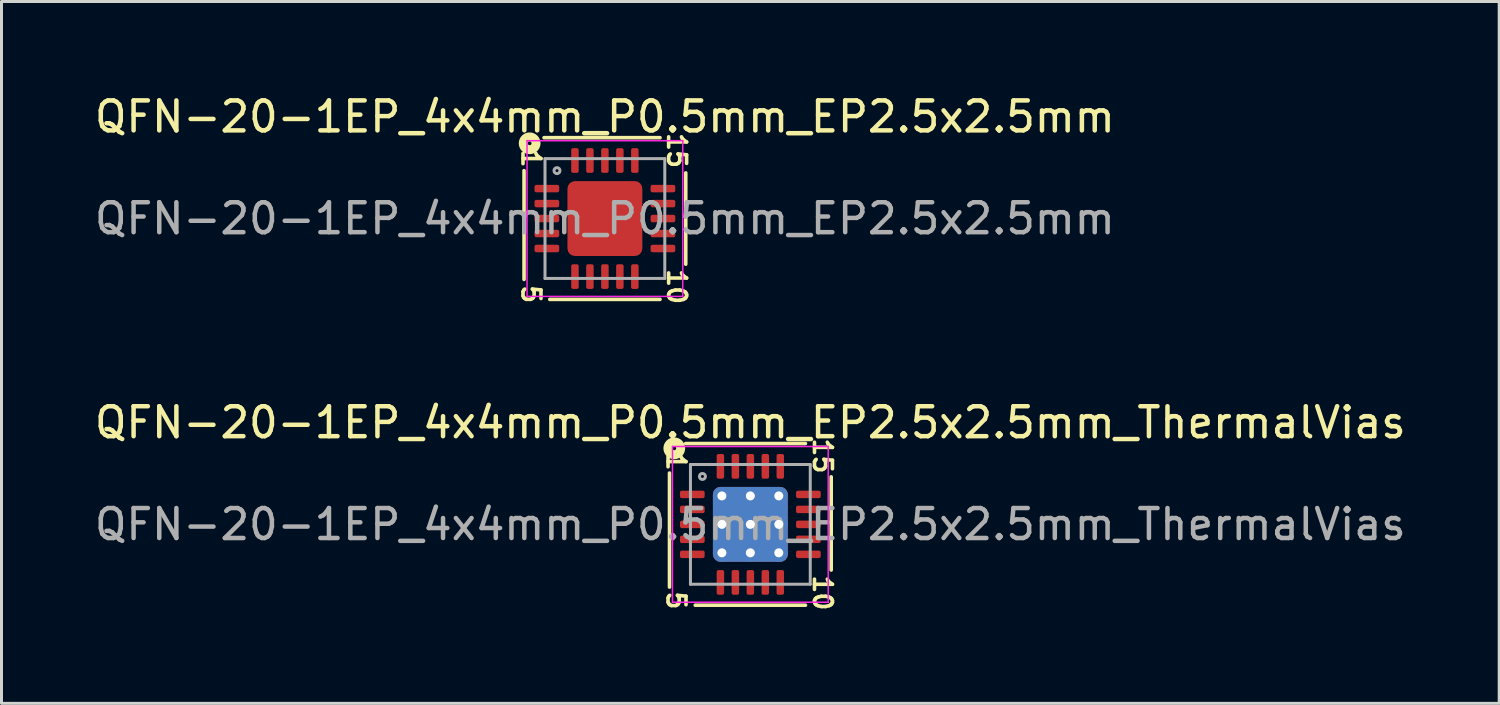
<source format=kicad_pcb>
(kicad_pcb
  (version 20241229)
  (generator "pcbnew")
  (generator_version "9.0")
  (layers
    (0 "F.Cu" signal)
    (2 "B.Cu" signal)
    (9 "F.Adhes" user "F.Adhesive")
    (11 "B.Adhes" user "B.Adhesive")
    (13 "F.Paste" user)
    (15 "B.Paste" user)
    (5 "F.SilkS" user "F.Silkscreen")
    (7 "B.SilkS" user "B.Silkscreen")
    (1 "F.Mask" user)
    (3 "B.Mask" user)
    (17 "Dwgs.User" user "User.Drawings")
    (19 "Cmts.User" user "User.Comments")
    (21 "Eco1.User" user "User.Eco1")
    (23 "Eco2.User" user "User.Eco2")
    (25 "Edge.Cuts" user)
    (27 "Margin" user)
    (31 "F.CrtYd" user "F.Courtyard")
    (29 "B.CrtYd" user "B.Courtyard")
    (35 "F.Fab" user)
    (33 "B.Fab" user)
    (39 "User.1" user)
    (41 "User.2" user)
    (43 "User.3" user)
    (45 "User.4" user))
  (footprint "QFN-20-1EP_4x4mm_P0.5mm_EP2.5x2.5mm_ThermalVias"
    (layer "F.Cu")
    (at 22.006 14.46)
    (property "Reference" "QFN-20-1EP_4x4mm_P0.5mm_EP2.5x2.5mm_ThermalVias" (at 0 -3.4 0) (layer "F.SilkS") (effects (font (size 1 1) (thickness 0.15))))
    (attr smd)
    (fp_line (start -2.7 -1.714) (end -2.7 2.095) (stroke (width 0.12) (type solid)) (layer "F.SilkS"))
    (fp_line (start -1.841 2.7) (end 1.841 2.7) (stroke (width 0.12) (type solid)) (layer "F.SilkS"))
    (fp_line (start 1.841 -2.7) (end -2.159 -2.7) (stroke (width 0.12) (type solid)) (layer "F.SilkS"))
    (fp_line (start 2.7 1.524) (end 2.7 -1.587) (stroke (width 0.12) (type solid)) (layer "F.SilkS"))
    (fp_circle (center -2.54 -2.54) (end -2.477 -2.54) (stroke (width 0.3) (type solid)) (fill no) (layer "F.SilkS"))
    (fp_line (start -2.6 -2.6) (end -2.6 2.6) (stroke (width 0.05) (type solid)) (layer "F.CrtYd"))
    (fp_line (start -2.6 2.6) (end 2.6 2.6) (stroke (width 0.05) (type solid)) (layer "F.CrtYd"))
    (fp_line (start 2.6 -2.6) (end -2.6 -2.6) (stroke (width 0.05) (type solid)) (layer "F.CrtYd"))
    (fp_line (start 2.6 2.6) (end 2.6 -2.6) (stroke (width 0.05) (type solid)) (layer "F.CrtYd"))
    (fp_line (start -2 -2) (end 2 -2) (stroke (width 0.1) (type solid)) (layer "F.Fab"))
    (fp_line (start -2 2) (end -2 -2) (stroke (width 0.1) (type solid)) (layer "F.Fab"))
    (fp_line (start 2 -2) (end 2 2) (stroke (width 0.1) (type solid)) (layer "F.Fab"))
    (fp_line (start 2 2) (end -2 2) (stroke (width 0.1) (type solid)) (layer "F.Fab"))
    (fp_circle (center -1.6 -1.6) (end -1.5 -1.6) (stroke (width 0.1) (type solid)) (fill no) (layer "F.Fab"))
    (fp_text user "10" (at 2.413 2.286 270) (unlocked yes) (layer "F.SilkS") (effects (font (size 0.6 0.6) (thickness 0.12))))
    (fp_text user "1" (at -2.477 -2.095 270) (unlocked yes) (layer "F.SilkS") (effects (font (size 0.6 0.6) (thickness 0.12))))
    (fp_text user "15" (at 2.413 -2.286 270) (unlocked yes) (layer "F.SilkS") (effects (font (size 0.6 0.6) (thickness 0.12))))
    (fp_text user "5" (at -2.477 2.54 270) (unlocked yes) (layer "F.SilkS") (effects (font (size 0.6 0.6) (thickness 0.12))))
    (fp_text user "${REFERENCE}" (at 0 0 0) (layer "F.Fab") (effects (font (size 1 1) (thickness 0.15))))
    (pad "" smd roundrect (at -0.625 -0.625) (size 1.08 1.08) (layers "F.Paste") (roundrect_rratio 0.231))
    (pad "" smd roundrect (at -0.625 0.625) (size 1.08 1.08) (layers "F.Paste") (roundrect_rratio 0.231))
    (pad "" smd roundrect (at 0.625 -0.625) (size 1.08 1.08) (layers "F.Paste") (roundrect_rratio 0.231))
    (pad "" smd roundrect (at 0.625 0.625) (size 1.08 1.08) (layers "F.Paste") (roundrect_rratio 0.231))
    (pad "1" smd roundrect (at -1.938 -1) (size 0.825 0.25) (layers "F.Cu" "F.Mask" "F.Paste") (roundrect_rratio 0.25))
    (pad "2" smd roundrect (at -1.938 -0.5) (size 0.825 0.25) (layers "F.Cu" "F.Mask" "F.Paste") (roundrect_rratio 0.25))
    (pad "3" smd roundrect (at -1.938 0) (size 0.825 0.25) (layers "F.Cu" "F.Mask" "F.Paste") (roundrect_rratio 0.25))
    (pad "4" smd roundrect (at -1.938 0.5) (size 0.825 0.25) (layers "F.Cu" "F.Mask" "F.Paste") (roundrect_rratio 0.25))
    (pad "5" smd roundrect (at -1.938 1) (size 0.825 0.25) (layers "F.Cu" "F.Mask" "F.Paste") (roundrect_rratio 0.25))
    (pad "6" smd roundrect (at -1 1.938) (size 0.25 0.825) (layers "F.Cu" "F.Mask" "F.Paste") (roundrect_rratio 0.25))
    (pad "7" smd roundrect (at -0.5 1.938) (size 0.25 0.825) (layers "F.Cu" "F.Mask" "F.Paste") (roundrect_rratio 0.25))
    (pad "8" smd roundrect (at 0 1.938) (size 0.25 0.825) (layers "F.Cu" "F.Mask" "F.Paste") (roundrect_rratio 0.25))
    (pad "9" smd roundrect (at 0.5 1.938) (size 0.25 0.825) (layers "F.Cu" "F.Mask" "F.Paste") (roundrect_rratio 0.25))
    (pad "10" smd roundrect (at 1 1.938) (size 0.25 0.825) (layers "F.Cu" "F.Mask" "F.Paste") (roundrect_rratio 0.25))
    (pad "11" smd roundrect (at 1.938 1) (size 0.825 0.25) (layers "F.Cu" "F.Mask" "F.Paste") (roundrect_rratio 0.25))
    (pad "12" smd roundrect (at 1.938 0.5) (size 0.825 0.25) (layers "F.Cu" "F.Mask" "F.Paste") (roundrect_rratio 0.25))
    (pad "13" smd roundrect (at 1.938 0) (size 0.825 0.25) (layers "F.Cu" "F.Mask" "F.Paste") (roundrect_rratio 0.25))
    (pad "14" smd roundrect (at 1.938 -0.5) (size 0.825 0.25) (layers "F.Cu" "F.Mask" "F.Paste") (roundrect_rratio 0.25))
    (pad "15" smd roundrect (at 1.938 -1) (size 0.825 0.25) (layers "F.Cu" "F.Mask" "F.Paste") (roundrect_rratio 0.25))
    (pad "16" smd roundrect (at 1 -1.938) (size 0.25 0.825) (layers "F.Cu" "F.Mask" "F.Paste") (roundrect_rratio 0.25))
    (pad "17" smd roundrect (at 0.5 -1.938) (size 0.25 0.825) (layers "F.Cu" "F.Mask" "F.Paste") (roundrect_rratio 0.25))
    (pad "18" smd roundrect (at 0 -1.938) (size 0.25 0.825) (layers "F.Cu" "F.Mask" "F.Paste") (roundrect_rratio 0.25))
    (pad "19" smd roundrect (at -0.5 -1.938) (size 0.25 0.825) (layers "F.Cu" "F.Mask" "F.Paste") (roundrect_rratio 0.25))
    (pad "20" smd roundrect (at -1 -1.938) (size 0.25 0.825) (layers "F.Cu" "F.Mask" "F.Paste") (roundrect_rratio 0.25))
    (pad "21" thru_hole circle (at -0.95 -0.95) (size 0.6 0.6) (drill 0.3) (property pad_prop_heatsink) (layers "*.Cu"))
    (pad "21" thru_hole circle (at -0.95 0) (size 0.6 0.6) (drill 0.3) (property pad_prop_heatsink) (layers "*.Cu"))
    (pad "21" thru_hole circle (at -0.95 0.95) (size 0.6 0.6) (drill 0.3) (property pad_prop_heatsink) (layers "*.Cu"))
    (pad "21" thru_hole circle (at 0 -0.95) (size 0.6 0.6) (drill 0.3) (property pad_prop_heatsink) (layers "*.Cu"))
    (pad "21" thru_hole circle (at 0 0) (size 0.6 0.6) (drill 0.3) (property pad_prop_heatsink) (layers "*.Cu"))
    (pad "21" smd roundrect (at 0 0) (size 2.5 2.5) (layers "F.Cu" "F.Mask") (roundrect_rratio 0.1))
    (pad "21" smd roundrect (at 0 0) (size 2.5 2.5) (layers "B.Cu" "B.Mask") (roundrect_rratio 0.1))
    (pad "21" thru_hole circle (at 0 0.95) (size 0.6 0.6) (drill 0.3) (property pad_prop_heatsink) (layers "*.Cu"))
    (pad "21" thru_hole circle (at 0.95 -0.95) (size 0.6 0.6) (drill 0.3) (property pad_prop_heatsink) (layers "*.Cu"))
    (pad "21" thru_hole circle (at 0.95 0) (size 0.6 0.6) (drill 0.3) (property pad_prop_heatsink) (layers "*.Cu"))
    (pad "21" thru_hole circle (at 0.95 0.95) (size 0.6 0.6) (drill 0.3) (property pad_prop_heatsink) (layers "*.Cu")))
  (footprint "QFN-20-1EP_4x4mm_P0.5mm_EP2.5x2.5mm"
    (layer "F.Cu")
    (at 17.149 4.248)
    (property "Reference" "QFN-20-1EP_4x4mm_P0.5mm_EP2.5x2.5mm" (at 0 -3.4 0) (layer "F.SilkS") (effects (font (size 1 1) (thickness 0.15))))
    (attr smd)
    (fp_line (start -2.7 -1.6) (end -2.7 2.032) (stroke (width 0.12) (type solid)) (layer "F.SilkS"))
    (fp_line (start -1.841 2.7) (end 1.841 2.7) (stroke (width 0.12) (type solid)) (layer "F.SilkS"))
    (fp_line (start 1.841 -2.7) (end -2.032 -2.7) (stroke (width 0.12) (type solid)) (layer "F.SilkS"))
    (fp_line (start 2.7 1.524) (end 2.7 -1.524) (stroke (width 0.12) (type solid)) (layer "F.SilkS"))
    (fp_circle (center -2.513 -2.513) (end -2.45 -2.513) (stroke (width 0.3) (type solid)) (fill no) (layer "F.SilkS"))
    (fp_line (start -2.6 -2.6) (end -2.6 2.6) (stroke (width 0.05) (type solid)) (layer "F.CrtYd"))
    (fp_line (start -2.6 2.6) (end 2.6 2.6) (stroke (width 0.05) (type solid)) (layer "F.CrtYd"))
    (fp_line (start 2.6 -2.6) (end -2.6 -2.6) (stroke (width 0.05) (type solid)) (layer "F.CrtYd"))
    (fp_line (start 2.6 2.6) (end 2.6 -2.6) (stroke (width 0.05) (type solid)) (layer "F.CrtYd"))
    (fp_line (start -2 -2) (end 2 -2) (stroke (width 0.1) (type solid)) (layer "F.Fab"))
    (fp_line (start -2 2) (end -2 -2) (stroke (width 0.1) (type solid)) (layer "F.Fab"))
    (fp_line (start 2 -2) (end 2 2) (stroke (width 0.1) (type solid)) (layer "F.Fab"))
    (fp_line (start 2 2) (end -2 2) (stroke (width 0.1) (type solid)) (layer "F.Fab"))
    (fp_circle (center -1.6 -1.6) (end -1.5 -1.6) (stroke (width 0.1) (type solid)) (fill no) (layer "F.Fab"))
    (fp_text user "15" (at 2.4 -2.272 270) (unlocked yes) (layer "F.SilkS") (effects (font (size 0.6 0.6) (thickness 0.12))))
    (fp_text user "10" (at 2.4 2.272 270) (unlocked yes) (layer "F.SilkS") (effects (font (size 0.6 0.6) (thickness 0.12))))
    (fp_text user "1" (at -2.463 -2.005 270) (unlocked yes) (layer "F.SilkS") (effects (font (size 0.6 0.6) (thickness 0.12))))
    (fp_text user "5" (at -2.463 2.526 270) (unlocked yes) (layer "F.SilkS") (effects (font (size 0.6 0.6) (thickness 0.12))))
    (fp_text user "${REFERENCE}" (at 0 0 0) (layer "F.Fab") (effects (font (size 1 1) (thickness 0.15))))
    (pad "" smd roundrect (at -0.625 -0.625) (size 1.01 1.01) (layers "F.Paste") (roundrect_rratio 0.248))
    (pad "" smd roundrect (at -0.625 0.625) (size 1.01 1.01) (layers "F.Paste") (roundrect_rratio 0.248))
    (pad "" smd roundrect (at 0.625 -0.625) (size 1.01 1.01) (layers "F.Paste") (roundrect_rratio 0.248))
    (pad "" smd roundrect (at 0.625 0.625) (size 1.01 1.01) (layers "F.Paste") (roundrect_rratio 0.248))
    (pad "1" smd roundrect (at -1.938 -1) (size 0.825 0.25) (layers "F.Cu" "F.Mask" "F.Paste") (roundrect_rratio 0.25))
    (pad "2" smd roundrect (at -1.938 -0.5) (size 0.825 0.25) (layers "F.Cu" "F.Mask" "F.Paste") (roundrect_rratio 0.25))
    (pad "3" smd roundrect (at -1.938 0) (size 0.825 0.25) (layers "F.Cu" "F.Mask" "F.Paste") (roundrect_rratio 0.25))
    (pad "4" smd roundrect (at -1.938 0.5) (size 0.825 0.25) (layers "F.Cu" "F.Mask" "F.Paste") (roundrect_rratio 0.25))
    (pad "5" smd roundrect (at -1.938 1) (size 0.825 0.25) (layers "F.Cu" "F.Mask" "F.Paste") (roundrect_rratio 0.25))
    (pad "6" smd roundrect (at -1 1.938) (size 0.25 0.825) (layers "F.Cu" "F.Mask" "F.Paste") (roundrect_rratio 0.25))
    (pad "7" smd roundrect (at -0.5 1.938) (size 0.25 0.825) (layers "F.Cu" "F.Mask" "F.Paste") (roundrect_rratio 0.25))
    (pad "8" smd roundrect (at 0 1.938) (size 0.25 0.825) (layers "F.Cu" "F.Mask" "F.Paste") (roundrect_rratio 0.25))
    (pad "9" smd roundrect (at 0.5 1.938) (size 0.25 0.825) (layers "F.Cu" "F.Mask" "F.Paste") (roundrect_rratio 0.25))
    (pad "10" smd roundrect (at 1 1.938) (size 0.25 0.825) (layers "F.Cu" "F.Mask" "F.Paste") (roundrect_rratio 0.25))
    (pad "11" smd roundrect (at 1.938 1) (size 0.825 0.25) (layers "F.Cu" "F.Mask" "F.Paste") (roundrect_rratio 0.25))
    (pad "12" smd roundrect (at 1.938 0.5) (size 0.825 0.25) (layers "F.Cu" "F.Mask" "F.Paste") (roundrect_rratio 0.25))
    (pad "13" smd roundrect (at 1.938 0) (size 0.825 0.25) (layers "F.Cu" "F.Mask" "F.Paste") (roundrect_rratio 0.25))
    (pad "14" smd roundrect (at 1.938 -0.5) (size 0.825 0.25) (layers "F.Cu" "F.Mask" "F.Paste") (roundrect_rratio 0.25))
    (pad "15" smd roundrect (at 1.938 -1) (size 0.825 0.25) (layers "F.Cu" "F.Mask" "F.Paste") (roundrect_rratio 0.25))
    (pad "16" smd roundrect (at 1 -1.938) (size 0.25 0.825) (layers "F.Cu" "F.Mask" "F.Paste") (roundrect_rratio 0.25))
    (pad "17" smd roundrect (at 0.5 -1.938) (size 0.25 0.825) (layers "F.Cu" "F.Mask" "F.Paste") (roundrect_rratio 0.25))
    (pad "18" smd roundrect (at 0 -1.938) (size 0.25 0.825) (layers "F.Cu" "F.Mask" "F.Paste") (roundrect_rratio 0.25))
    (pad "19" smd roundrect (at -0.5 -1.938) (size 0.25 0.825) (layers "F.Cu" "F.Mask" "F.Paste") (roundrect_rratio 0.25))
    (pad "20" smd roundrect (at -1 -1.938) (size 0.25 0.825) (layers "F.Cu" "F.Mask" "F.Paste") (roundrect_rratio 0.25))
    (pad "21" smd roundrect (at 0 0) (size 2.5 2.5) (layers "F.Cu" "F.Mask") (roundrect_rratio 0.1)))
  (gr_rect
    (start -3 -3)
    (end 47.012 20.438)
    (stroke (width 0.1) (type default))
    (fill no)
    (layer "Edge.Cuts")))
</source>
